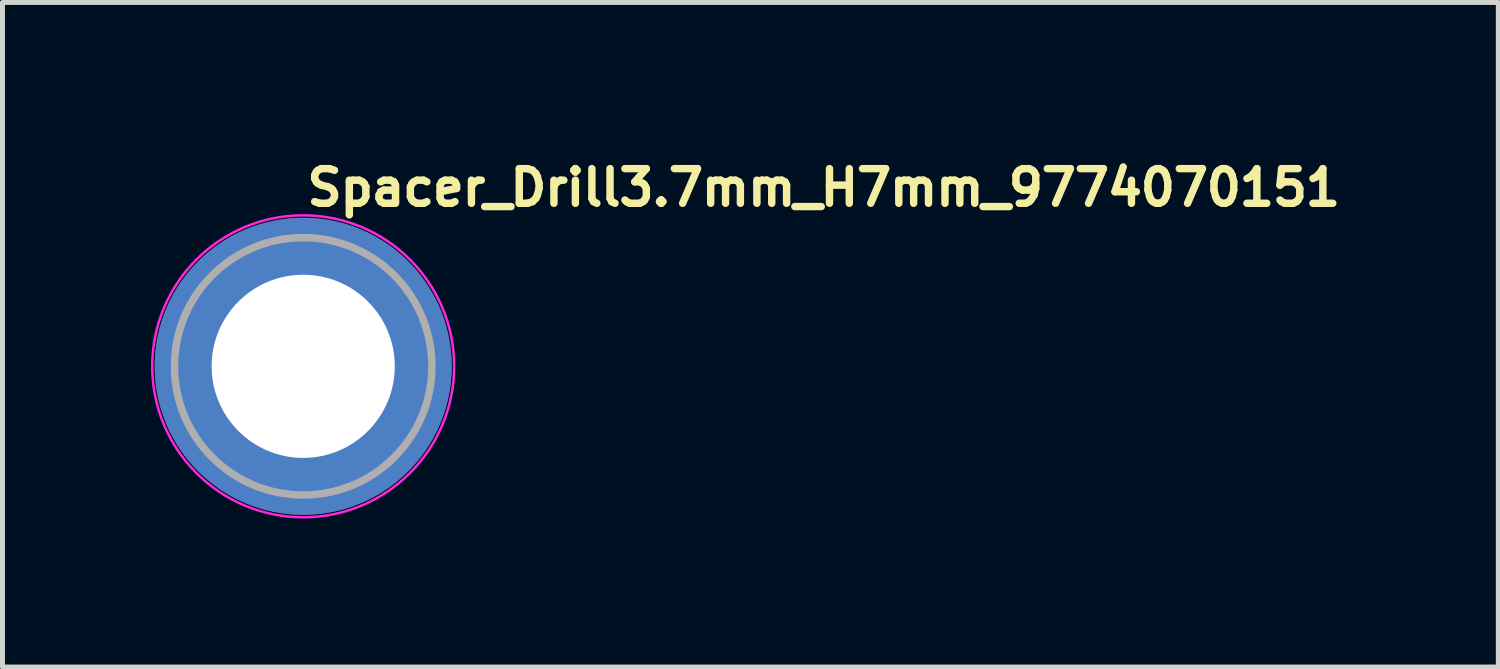
<source format=kicad_pcb>
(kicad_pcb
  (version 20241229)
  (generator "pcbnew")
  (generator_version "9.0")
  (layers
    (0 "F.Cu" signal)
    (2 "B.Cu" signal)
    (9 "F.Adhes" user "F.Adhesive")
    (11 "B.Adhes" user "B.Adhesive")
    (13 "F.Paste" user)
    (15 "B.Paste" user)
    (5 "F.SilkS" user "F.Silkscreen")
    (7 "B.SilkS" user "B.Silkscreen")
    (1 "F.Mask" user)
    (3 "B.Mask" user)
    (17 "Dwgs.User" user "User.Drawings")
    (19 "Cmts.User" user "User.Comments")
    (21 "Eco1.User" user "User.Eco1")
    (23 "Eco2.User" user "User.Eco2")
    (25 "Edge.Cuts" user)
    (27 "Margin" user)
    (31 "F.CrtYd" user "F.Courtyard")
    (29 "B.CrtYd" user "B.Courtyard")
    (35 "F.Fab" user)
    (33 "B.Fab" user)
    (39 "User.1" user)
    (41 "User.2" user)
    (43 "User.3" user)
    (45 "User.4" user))
  (footprint "Spacer_Drill3.7mm_H7mm_9774070151"
    (layer "F.Cu")
    (at 3.075 4.35)
    (property "Reference" "Spacer_Drill3.7mm_H7mm_9774070151" (at 0 -3.2 0) (layer "F.SilkS") (effects (font (size 0.7 0.7) (thickness 0.15)) (justify left bottom)))
    (attr smd)
    (fp_circle (center 0 0) (end 3.05 0) (stroke (width 0.05) (type solid)) (fill no) (layer "F.CrtYd"))
    (fp_circle (center 0 0) (end 2.6 0) (stroke (width 0.15) (type solid)) (fill no) (layer "F.Fab"))
    (fp_circle (center 0 0) (end 2.6 0) (stroke (width 0.1) (type solid)) (fill no) (layer "User.5"))
    (fp_circle (center 0 0) (end 1 0) (stroke (width 0.02) (type default)) (fill no) (layer "User.9"))
    (fp_circle (center 0 0) (end 2.55 0) (stroke (width 0.02) (type default)) (fill no) (layer "User.9"))
    (pad "" smd custom (at -1.7 -1.7) (size 0.62 0.62) (layers "F.Paste") (options (anchor circle)) (primitives (gr_arc (start -0.250195 1.279127) (mid 0.285453 0.294389) (end 1.266786 -0.24747) (width 0.2)) (gr_arc (start -0.34334 1.279127) (mid 0.218448 0.232561) (end 1.259603 -0.339191) (width 0.2)) (gr_arc (start -0.436309 1.279127) (mid 0.152481 0.169693) (end 1.255279 -0.431435) (width 0.2)) (gr_arc (start -0.529126 1.279127) (mid 0.087542 0.105784) (end 1.253811 -0.524161) (width 0.2)) (gr_arc (start -0.621807 1.279127) (mid 0.0309 0.033527) (end 1.275473 -0.621136) (width 0.2)) (gr_arc (start -0.71437 1.279127) (mid -0.037758 -0.026651) (end 1.263664 -0.711602) (width 0.2)) (gr_arc (start -0.806826 1.279127) (mid -0.105837 -0.087395) (end 1.253435 -0.802342) (width 0.2)) (gr_arc (start -0.899187 1.279127) (mid -0.165236 -0.156885) (end 1.267475 -0.897258) (width 0.2)) (gr_arc (start -0.991463 1.279127) (mid -0.228522 -0.222449) (end 1.270645 -0.990112) (width 0.2)) (gr_arc (start -1.083663 1.279127) (mid -0.294507 -0.285313) (end 1.266278 -1.081674) (width 0.2)) (gr_line (start 1.279 -0.25) (end 1.279 -1.084) (width 0.2)) (gr_line (start -0.25 1.279) (end -1.084 1.279) (width 0.2))))
    (pad "" smd custom (at -1.7 1.7 90) (size 0.62 0.62) (layers "F.Paste") (options (anchor circle)) (primitives (gr_arc (start -0.250195 1.279127) (mid 0.285453 0.294389) (end 1.266786 -0.24747) (width 0.2)) (gr_arc (start -0.34334 1.279127) (mid 0.218448 0.232561) (end 1.259603 -0.339191) (width 0.2)) (gr_arc (start -0.436309 1.279127) (mid 0.152481 0.169693) (end 1.255279 -0.431435) (width 0.2)) (gr_arc (start -0.529126 1.279127) (mid 0.087542 0.105784) (end 1.253811 -0.524161) (width 0.2)) (gr_arc (start -0.621807 1.279127) (mid 0.0309 0.033527) (end 1.275473 -0.621136) (width 0.2)) (gr_arc (start -0.71437 1.279127) (mid -0.037758 -0.026651) (end 1.263664 -0.711602) (width 0.2)) (gr_arc (start -0.806826 1.279127) (mid -0.105837 -0.087395) (end 1.253435 -0.802342) (width 0.2)) (gr_arc (start -0.899187 1.279127) (mid -0.165236 -0.156885) (end 1.267475 -0.897258) (width 0.2)) (gr_arc (start -0.991463 1.279127) (mid -0.228522 -0.222449) (end 1.270645 -0.990112) (width 0.2)) (gr_arc (start -1.083663 1.279127) (mid -0.294507 -0.285313) (end 1.266278 -1.081674) (width 0.2)) (gr_line (start 1.279 -0.25) (end 1.279 -1.084) (width 0.2)) (gr_line (start -0.25 1.279) (end -1.084 1.279) (width 0.2))))
    (pad "" smd custom (at 1.7 -1.7 270) (size 0.62 0.62) (layers "F.Paste") (options (anchor circle)) (primitives (gr_arc (start -0.250195 1.279127) (mid 0.285453 0.294389) (end 1.266786 -0.24747) (width 0.2)) (gr_arc (start -0.34334 1.279127) (mid 0.218448 0.232561) (end 1.259603 -0.339191) (width 0.2)) (gr_arc (start -0.436309 1.279127) (mid 0.152481 0.169693) (end 1.255279 -0.431435) (width 0.2)) (gr_arc (start -0.529126 1.279127) (mid 0.087542 0.105784) (end 1.253811 -0.524161) (width 0.2)) (gr_arc (start -0.621807 1.279127) (mid 0.0309 0.033527) (end 1.275473 -0.621136) (width 0.2)) (gr_arc (start -0.71437 1.279127) (mid -0.037758 -0.026651) (end 1.263664 -0.711602) (width 0.2)) (gr_arc (start -0.806826 1.279127) (mid -0.105837 -0.087395) (end 1.253435 -0.802342) (width 0.2)) (gr_arc (start -0.899187 1.279127) (mid -0.165236 -0.156885) (end 1.267475 -0.897258) (width 0.2)) (gr_arc (start -0.991463 1.279127) (mid -0.228522 -0.222449) (end 1.270645 -0.990112) (width 0.2)) (gr_arc (start -1.083663 1.279127) (mid -0.294507 -0.285313) (end 1.266278 -1.081674) (width 0.2)) (gr_line (start 1.279 -0.25) (end 1.279 -1.084) (width 0.2)) (gr_line (start -0.25 1.279) (end -1.084 1.279) (width 0.2))))
    (pad "" smd custom (at 1.7 1.7 180) (size 0.62 0.62) (layers "F.Paste") (options (anchor circle)) (primitives (gr_arc (start -0.250195 1.279127) (mid 0.285453 0.294389) (end 1.266786 -0.24747) (width 0.2)) (gr_arc (start -0.34334 1.279127) (mid 0.218448 0.232561) (end 1.259603 -0.339191) (width 0.2)) (gr_arc (start -0.436309 1.279127) (mid 0.152481 0.169693) (end 1.255279 -0.431435) (width 0.2)) (gr_arc (start -0.529126 1.279127) (mid 0.087542 0.105784) (end 1.253811 -0.524161) (width 0.2)) (gr_arc (start -0.621807 1.279127) (mid 0.0309 0.033527) (end 1.275473 -0.621136) (width 0.2)) (gr_arc (start -0.71437 1.279127) (mid -0.037758 -0.026651) (end 1.263664 -0.711602) (width 0.2)) (gr_arc (start -0.806826 1.279127) (mid -0.105837 -0.087395) (end 1.253435 -0.802342) (width 0.2)) (gr_arc (start -0.899187 1.279127) (mid -0.165236 -0.156885) (end 1.267475 -0.897258) (width 0.2)) (gr_arc (start -0.991463 1.279127) (mid -0.228522 -0.222449) (end 1.270645 -0.990112) (width 0.2)) (gr_arc (start -1.083663 1.279127) (mid -0.294507 -0.285313) (end 1.266278 -1.081674) (width 0.2)) (gr_line (start 1.279 -0.25) (end 1.279 -1.084) (width 0.2)) (gr_line (start -0.25 1.279) (end -1.084 1.279) (width 0.2))))
    (pad "1" thru_hole circle (at 0 0) (size 6 6) (drill 3.7) (layers "*.Cu" "*.Mask")))
  (gr_rect
    (start -3 -3)
    (end 27.218 10.425)
    (stroke (width 0.1) (type default))
    (fill no)
    (layer "Edge.Cuts")))
</source>
